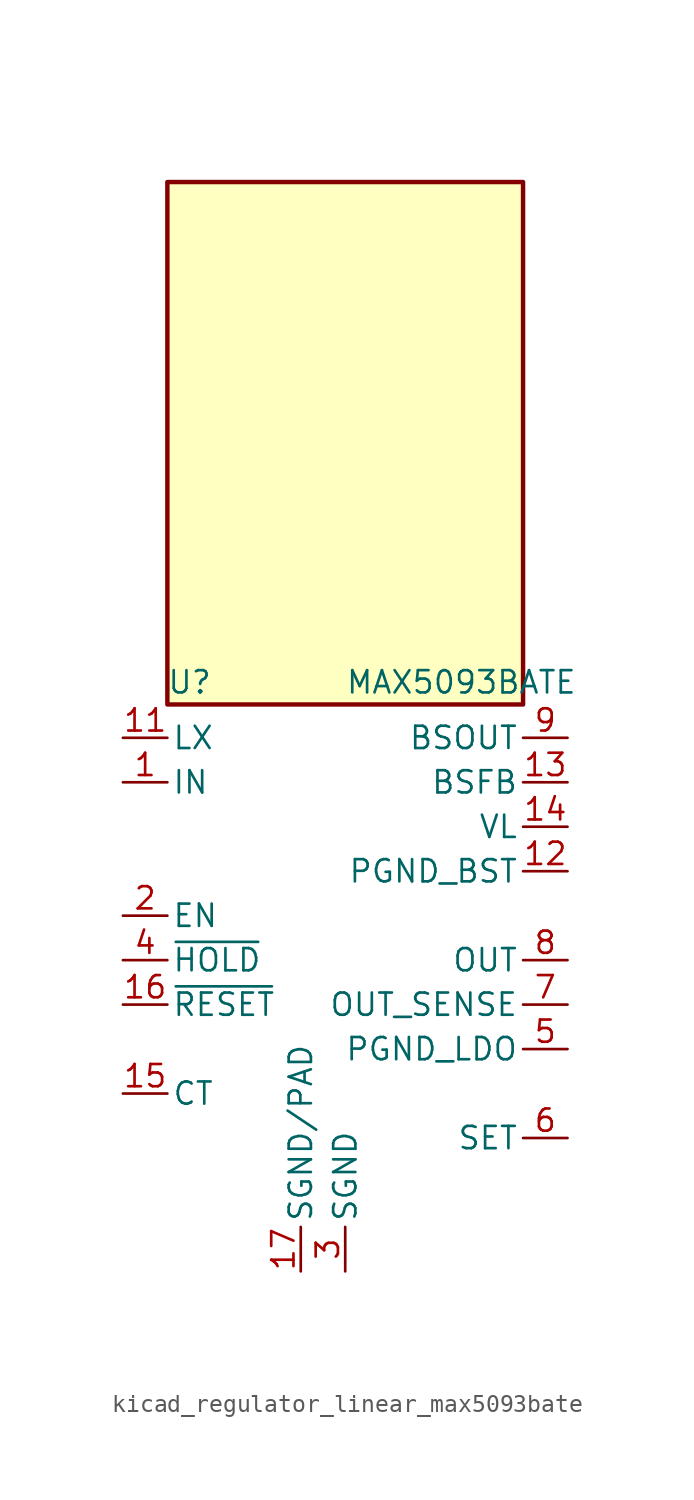
<source format=kicad_sym>
(kicad_symbol_lib
  (version 20220914)
  (generator kicad_symbol_editor)
  (symbol "kicad_regulator_linear_max5093bate"
    (pin_names
      (offset 0.254))
    (property "Reference" "U"
      (at -8.89 15.875 0)
      (effects (font (size 1.27 1.27))))
    (property "Value" "MAX5093BATE"
      (at 0 15.875 0)
      (effects (font (size 1.27 1.27)) (justify left)))
    (symbol "kicad_regulator_linear_max5093bate_0_1"
      (rectangle (start 10.16 44.45) (end -10.16 14.605) (stroke (width 0.254) (type default)) (fill (type background))))
    (symbol "kicad_regulator_linear_max5093bate_1_1"
      (pin power_in line (at -12.7 10.16 0) (length 2.54) (name "IN" (effects (font (size 1.27 1.27)))) (number "1" (effects (font (size 1.27 1.27)))))
      (pin passive line (at -12.7 12.7 0) (length 2.54) hide (name "LX" (effects (font (size 1.27 1.27)))) (number "10" (effects (font (size 1.27 1.27)))))
      (pin passive line (at -12.7 12.7 0) (length 2.54) (name "LX" (effects (font (size 1.27 1.27)))) (number "11" (effects (font (size 1.27 1.27)))))
      (pin power_in line (at 12.7 5.08 180) (length 2.54) (name "PGND_BST" (effects (font (size 1.27 1.27)))) (number "12" (effects (font (size 1.27 1.27)))))
      (pin input line (at 12.7 10.16 180) (length 2.54) (name "BSFB" (effects (font (size 1.27 1.27)))) (number "13" (effects (font (size 1.27 1.27)))))
      (pin passive line (at 12.7 7.62 180) (length 2.54) (name "VL" (effects (font (size 1.27 1.27)))) (number "14" (effects (font (size 1.27 1.27)))))
      (pin passive line (at -12.7 -7.62 0) (length 2.54) (name "CT" (effects (font (size 1.27 1.27)))) (number "15" (effects (font (size 1.27 1.27)))))
      (pin open_collector line (at -12.7 -2.54 0) (length 2.54) (name "~{RESET}" (effects (font (size 1.27 1.27)))) (number "16" (effects (font (size 1.27 1.27)))))
      (pin power_in line (at -2.54 -17.78 90) (length 2.54) (name "SGND/PAD" (effects (font (size 1.27 1.27)))) (number "17" (effects (font (size 1.27 1.27)))))
      (pin input line (at -12.7 2.54 0) (length 2.54) (name "EN" (effects (font (size 1.27 1.27)))) (number "2" (effects (font (size 1.27 1.27)))))
      (pin power_in line (at 0 -17.78 90) (length 2.54) (name "SGND" (effects (font (size 1.27 1.27)))) (number "3" (effects (font (size 1.27 1.27)))))
      (pin input line (at -12.7 0 0) (length 2.54) (name "~{HOLD}" (effects (font (size 1.27 1.27)))) (number "4" (effects (font (size 1.27 1.27)))))
      (pin power_in line (at 12.7 -5.08 180) (length 2.54) (name "PGND_LDO" (effects (font (size 1.27 1.27)))) (number "5" (effects (font (size 1.27 1.27)))))
      (pin input line (at 12.7 -10.16 180) (length 2.54) (name "SET" (effects (font (size 1.27 1.27)))) (number "6" (effects (font (size 1.27 1.27)))))
      (pin input line (at 12.7 -2.54 180) (length 2.54) (name "OUT_SENSE" (effects (font (size 1.27 1.27)))) (number "7" (effects (font (size 1.27 1.27)))))
      (pin power_out line (at 12.7 0 180) (length 2.54) (name "OUT" (effects (font (size 1.27 1.27)))) (number "8" (effects (font (size 1.27 1.27)))))
      (pin power_out line (at 12.7 12.7 180) (length 2.54) (name "BSOUT" (effects (font (size 1.27 1.27)))) (number "9" (effects (font (size 1.27 1.27))))))))
</source>
